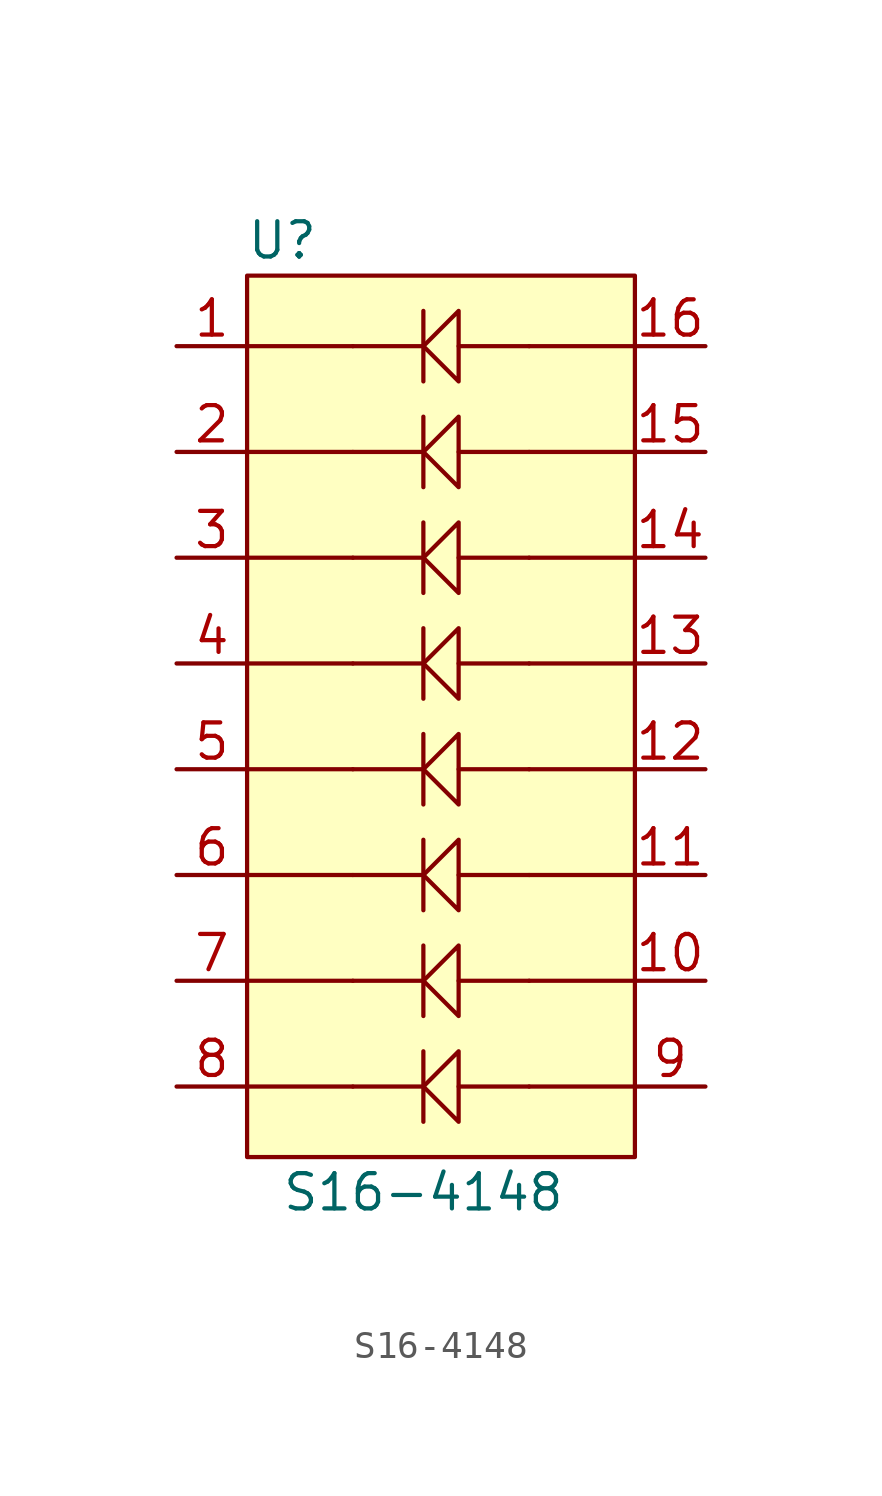
<source format=kicad_sym>
(kicad_symbol_lib
  (version 20211014)
  (generator kicad_symbol_editor)
  (symbol "S16-4148"
    (property "Reference" "U"
      (at 1.27 33.02 0)
      (effects (font (size 1.27 1.27))))
    (property "Value" "S16-4148"
      (at 6.35 -1.27 0)
      (effects (font (size 1.27 1.27))))
    (symbol "S16-4148_0_1"
      (polyline (pts (xy 3.81 2.54) (xy 0 2.54)) (stroke (width 0) (type default) (color 0 0 0 0)) (fill (type none)))
      (polyline (pts (xy 3.81 6.35) (xy 0 6.35)) (stroke (width 0) (type default) (color 0 0 0 0)) (fill (type none)))
      (polyline (pts (xy 3.81 10.16) (xy 0 10.16)) (stroke (width 0) (type default) (color 0 0 0 0)) (fill (type none)))
      (polyline (pts (xy 3.81 13.97) (xy 0 13.97)) (stroke (width 0) (type default) (color 0 0 0 0)) (fill (type none)))
      (polyline (pts (xy 3.81 17.78) (xy 0 17.78)) (stroke (width 0) (type default) (color 0 0 0 0)) (fill (type none)))
      (polyline (pts (xy 3.81 21.59) (xy 0 21.59)) (stroke (width 0) (type default) (color 0 0 0 0)) (fill (type none)))
      (polyline (pts (xy 3.81 25.4) (xy 0 25.4)) (stroke (width 0) (type default) (color 0 0 0 0)) (fill (type none)))
      (polyline (pts (xy 3.81 29.21) (xy 0 29.21)) (stroke (width 0) (type default) (color 0 0 0 0)) (fill (type none)))
      (polyline (pts (xy 6.35 2.54) (xy 3.81 2.54)) (stroke (width 0) (type default) (color 0 0 0 0)) (fill (type none)))
      (polyline (pts (xy 6.35 3.81) (xy 6.35 1.27)) (stroke (width 0) (type default) (color 0 0 0 0)) (fill (type none)))
      (polyline (pts (xy 6.35 6.35) (xy 3.81 6.35)) (stroke (width 0) (type default) (color 0 0 0 0)) (fill (type none)))
      (polyline (pts (xy 6.35 7.62) (xy 6.35 5.08)) (stroke (width 0) (type default) (color 0 0 0 0)) (fill (type none)))
      (polyline (pts (xy 6.35 10.16) (xy 3.81 10.16)) (stroke (width 0) (type default) (color 0 0 0 0)) (fill (type none)))
      (polyline (pts (xy 6.35 11.43) (xy 6.35 8.89)) (stroke (width 0) (type default) (color 0 0 0 0)) (fill (type none)))
      (polyline (pts (xy 6.35 13.97) (xy 3.81 13.97)) (stroke (width 0) (type default) (color 0 0 0 0)) (fill (type none)))
      (polyline (pts (xy 6.35 15.24) (xy 6.35 12.7)) (stroke (width 0) (type default) (color 0 0 0 0)) (fill (type none)))
      (polyline (pts (xy 6.35 17.78) (xy 3.81 17.78)) (stroke (width 0) (type default) (color 0 0 0 0)) (fill (type none)))
      (polyline (pts (xy 6.35 19.05) (xy 6.35 16.51)) (stroke (width 0) (type default) (color 0 0 0 0)) (fill (type none)))
      (polyline (pts (xy 6.35 21.59) (xy 3.81 21.59)) (stroke (width 0) (type default) (color 0 0 0 0)) (fill (type none)))
      (polyline (pts (xy 6.35 22.86) (xy 6.35 20.32)) (stroke (width 0) (type default) (color 0 0 0 0)) (fill (type none)))
      (polyline (pts (xy 6.35 25.4) (xy 3.81 25.4)) (stroke (width 0) (type default) (color 0 0 0 0)) (fill (type none)))
      (polyline (pts (xy 6.35 26.67) (xy 6.35 24.13)) (stroke (width 0) (type default) (color 0 0 0 0)) (fill (type none)))
      (polyline (pts (xy 6.35 29.21) (xy 3.81 29.21)) (stroke (width 0) (type default) (color 0 0 0 0)) (fill (type none)))
      (polyline (pts (xy 6.35 30.48) (xy 6.35 27.94)) (stroke (width 0) (type default) (color 0 0 0 0)) (fill (type none)))
      (polyline (pts (xy 7.62 2.54) (xy 10.16 2.54)) (stroke (width 0) (type default) (color 0 0 0 0)) (fill (type none)))
      (polyline (pts (xy 7.62 6.35) (xy 10.16 6.35)) (stroke (width 0) (type default) (color 0 0 0 0)) (fill (type none)))
      (polyline (pts (xy 7.62 10.16) (xy 10.16 10.16)) (stroke (width 0) (type default) (color 0 0 0 0)) (fill (type none)))
      (polyline (pts (xy 7.62 13.97) (xy 10.16 13.97)) (stroke (width 0) (type default) (color 0 0 0 0)) (fill (type none)))
      (polyline (pts (xy 7.62 17.78) (xy 10.16 17.78)) (stroke (width 0) (type default) (color 0 0 0 0)) (fill (type none)))
      (polyline (pts (xy 7.62 21.59) (xy 10.16 21.59)) (stroke (width 0) (type default) (color 0 0 0 0)) (fill (type none)))
      (polyline (pts (xy 7.62 25.4) (xy 10.16 25.4)) (stroke (width 0) (type default) (color 0 0 0 0)) (fill (type none)))
      (polyline (pts (xy 7.62 29.21) (xy 10.16 29.21)) (stroke (width 0) (type default) (color 0 0 0 0)) (fill (type none)))
      (polyline (pts (xy 10.16 2.54) (xy 13.97 2.54)) (stroke (width 0) (type default) (color 0 0 0 0)) (fill (type none)))
      (polyline (pts (xy 10.16 6.35) (xy 13.97 6.35)) (stroke (width 0) (type default) (color 0 0 0 0)) (fill (type none)))
      (polyline (pts (xy 10.16 10.16) (xy 13.97 10.16)) (stroke (width 0) (type default) (color 0 0 0 0)) (fill (type none)))
      (polyline (pts (xy 10.16 13.97) (xy 13.97 13.97)) (stroke (width 0) (type default) (color 0 0 0 0)) (fill (type none)))
      (polyline (pts (xy 10.16 17.78) (xy 13.97 17.78)) (stroke (width 0) (type default) (color 0 0 0 0)) (fill (type none)))
      (polyline (pts (xy 10.16 21.59) (xy 13.97 21.59)) (stroke (width 0) (type default) (color 0 0 0 0)) (fill (type none)))
      (polyline (pts (xy 10.16 25.4) (xy 13.97 25.4)) (stroke (width 0) (type default) (color 0 0 0 0)) (fill (type none)))
      (polyline (pts (xy 10.16 29.21) (xy 13.97 29.21)) (stroke (width 0) (type default) (color 0 0 0 0)) (fill (type none)))
      (polyline (pts (xy 7.62 3.81) (xy 6.35 2.54) (xy 7.62 1.27) (xy 7.62 3.81)) (stroke (width 0) (type default) (color 0 0 0 0)) (fill (type none)))
      (polyline (pts (xy 7.62 7.62) (xy 6.35 6.35) (xy 7.62 5.08) (xy 7.62 7.62)) (stroke (width 0) (type default) (color 0 0 0 0)) (fill (type none)))
      (polyline (pts (xy 7.62 11.43) (xy 6.35 10.16) (xy 7.62 8.89) (xy 7.62 11.43)) (stroke (width 0) (type default) (color 0 0 0 0)) (fill (type none)))
      (polyline (pts (xy 7.62 15.24) (xy 6.35 13.97) (xy 7.62 12.7) (xy 7.62 15.24)) (stroke (width 0) (type default) (color 0 0 0 0)) (fill (type none)))
      (polyline (pts (xy 7.62 19.05) (xy 6.35 17.78) (xy 7.62 16.51) (xy 7.62 19.05)) (stroke (width 0) (type default) (color 0 0 0 0)) (fill (type none)))
      (polyline (pts (xy 7.62 22.86) (xy 6.35 21.59) (xy 7.62 20.32) (xy 7.62 22.86)) (stroke (width 0) (type default) (color 0 0 0 0)) (fill (type none)))
      (polyline (pts (xy 7.62 26.67) (xy 6.35 25.4) (xy 7.62 24.13) (xy 7.62 26.67)) (stroke (width 0) (type default) (color 0 0 0 0)) (fill (type none)))
      (polyline (pts (xy 7.62 30.48) (xy 6.35 29.21) (xy 7.62 27.94) (xy 7.62 30.48)) (stroke (width 0) (type default) (color 0 0 0 0)) (fill (type none)))
      (rectangle (start 0 31.75) (end 13.97 0) (stroke (width 0) (type default) (color 0 0 0 0)) (fill (type background))))
    (symbol "S16-4148_1_1"
      (pin output line (at -2.54 29.21 0) (length 2.54) (name "" (effects (font (size 1.27 1.27)))) (number "1" (effects (font (size 1.27 1.27)))))
      (pin input line (at 16.51 6.35 180) (length 2.54) (name "" (effects (font (size 1.27 1.27)))) (number "10" (effects (font (size 1.27 1.27)))))
      (pin input line (at 16.51 10.16 180) (length 2.54) (name "" (effects (font (size 1.27 1.27)))) (number "11" (effects (font (size 1.27 1.27)))))
      (pin input line (at 16.51 13.97 180) (length 2.54) (name "" (effects (font (size 1.27 1.27)))) (number "12" (effects (font (size 1.27 1.27)))))
      (pin input line (at 16.51 17.78 180) (length 2.54) (name "" (effects (font (size 1.27 1.27)))) (number "13" (effects (font (size 1.27 1.27)))))
      (pin input line (at 16.51 21.59 180) (length 2.54) (name "" (effects (font (size 1.27 1.27)))) (number "14" (effects (font (size 1.27 1.27)))))
      (pin input line (at 16.51 25.4 180) (length 2.54) (name "" (effects (font (size 1.27 1.27)))) (number "15" (effects (font (size 1.27 1.27)))))
      (pin input line (at 16.51 29.21 180) (length 2.54) (name "" (effects (font (size 1.27 1.27)))) (number "16" (effects (font (size 1.27 1.27)))))
      (pin output line (at -2.54 25.4 0) (length 2.54) (name "" (effects (font (size 1.27 1.27)))) (number "2" (effects (font (size 1.27 1.27)))))
      (pin output line (at -2.54 21.59 0) (length 2.54) (name "" (effects (font (size 1.27 1.27)))) (number "3" (effects (font (size 1.27 1.27)))))
      (pin output line (at -2.54 17.78 0) (length 2.54) (name "" (effects (font (size 1.27 1.27)))) (number "4" (effects (font (size 1.27 1.27)))))
      (pin output line (at -2.54 13.97 0) (length 2.54) (name "" (effects (font (size 1.27 1.27)))) (number "5" (effects (font (size 1.27 1.27)))))
      (pin output line (at -2.54 10.16 0) (length 2.54) (name "" (effects (font (size 1.27 1.27)))) (number "6" (effects (font (size 1.27 1.27)))))
      (pin output line (at -2.54 6.35 0) (length 2.54) (name "" (effects (font (size 1.27 1.27)))) (number "7" (effects (font (size 1.27 1.27)))))
      (pin output line (at -2.54 2.54 0) (length 2.54) (name "" (effects (font (size 1.27 1.27)))) (number "8" (effects (font (size 1.27 1.27)))))
      (pin input line (at 16.51 2.54 180) (length 2.54) (name "" (effects (font (size 1.27 1.27)))) (number "9" (effects (font (size 1.27 1.27))))))))
</source>
